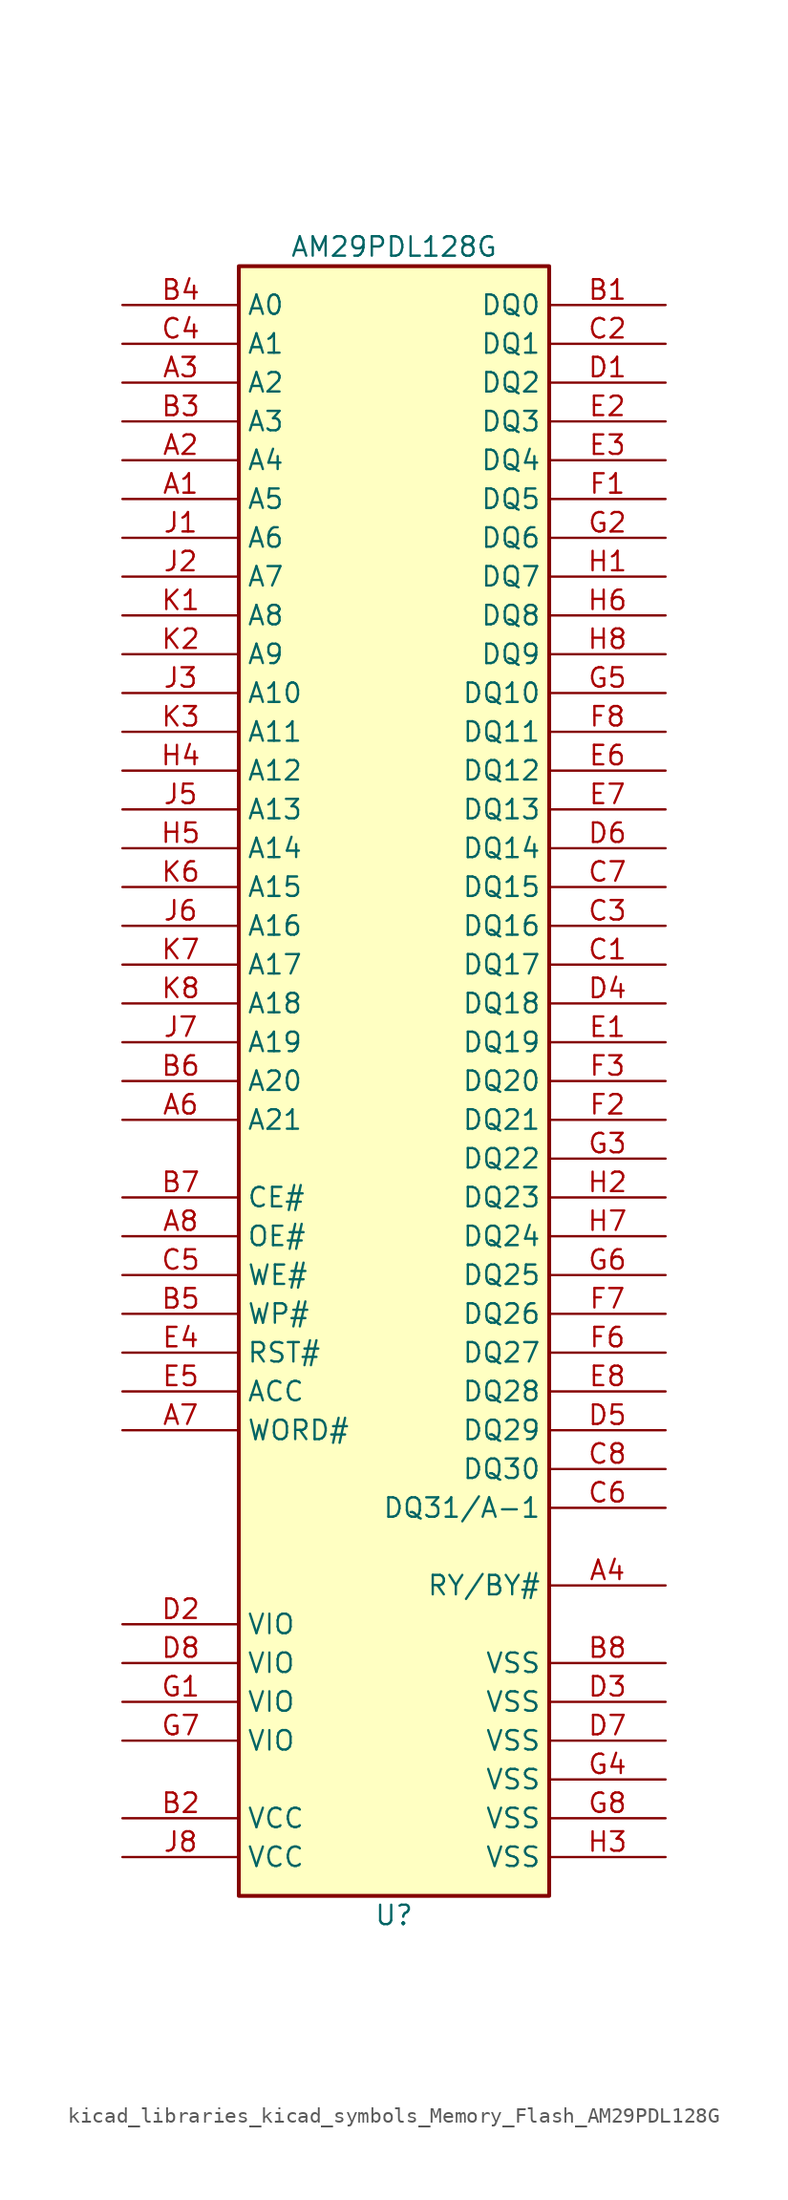
<source format=kicad_sym>
(kicad_symbol_lib
  (version 20220914)
  (generator kicad_symbol_editor)
  (symbol "kicad_libraries_kicad_symbols_Memory_Flash_AM29PDL128G"
    (property "Reference" "U"
      (at 0 -54.61 0)
      (effects (font (size 1.27 1.27))))
    (property "Value" "AM29PDL128G"
      (at 0 54.61 0)
      (effects (font (size 1.27 1.27))))
    (symbol "kicad_libraries_kicad_symbols_Memory_Flash_AM29PDL128G_0_1"
      (rectangle (start -10.16 53.34) (end 10.16 -53.34) (stroke (width 0.254) (type default)) (fill (type background))))
    (symbol "kicad_libraries_kicad_symbols_Memory_Flash_AM29PDL128G_1_1"
      (pin input line (at -17.78 38.1 0) (length 7.62) (name "A5" (effects (font (size 1.27 1.27)))) (number "A1" (effects (font (size 1.27 1.27)))))
      (pin input line (at -17.78 40.64 0) (length 7.62) (name "A4" (effects (font (size 1.27 1.27)))) (number "A2" (effects (font (size 1.27 1.27)))))
      (pin input line (at -17.78 45.72 0) (length 7.62) (name "A2" (effects (font (size 1.27 1.27)))) (number "A3" (effects (font (size 1.27 1.27)))))
      (pin output line (at 17.78 -33.02 180) (length 7.62) (name "RY/BY#" (effects (font (size 1.27 1.27)))) (number "A4" (effects (font (size 1.27 1.27)))))
      (pin input line (at -17.78 -2.54 0) (length 7.62) (name "A21" (effects (font (size 1.27 1.27)))) (number "A6" (effects (font (size 1.27 1.27)))))
      (pin input line (at -17.78 -22.86 0) (length 7.62) (name "WORD#" (effects (font (size 1.27 1.27)))) (number "A7" (effects (font (size 1.27 1.27)))))
      (pin input line (at -17.78 -10.16 0) (length 7.62) (name "OE#" (effects (font (size 1.27 1.27)))) (number "A8" (effects (font (size 1.27 1.27)))))
      (pin bidirectional line (at 17.78 50.8 180) (length 7.62) (name "DQ0" (effects (font (size 1.27 1.27)))) (number "B1" (effects (font (size 1.27 1.27)))))
      (pin power_in line (at -17.78 -48.26 0) (length 7.62) (name "VCC" (effects (font (size 1.27 1.27)))) (number "B2" (effects (font (size 1.27 1.27)))))
      (pin input line (at -17.78 43.18 0) (length 7.62) (name "A3" (effects (font (size 1.27 1.27)))) (number "B3" (effects (font (size 1.27 1.27)))))
      (pin input line (at -17.78 50.8 0) (length 7.62) (name "A0" (effects (font (size 1.27 1.27)))) (number "B4" (effects (font (size 1.27 1.27)))))
      (pin input line (at -17.78 -15.24 0) (length 7.62) (name "WP#" (effects (font (size 1.27 1.27)))) (number "B5" (effects (font (size 1.27 1.27)))))
      (pin input line (at -17.78 0 0) (length 7.62) (name "A20" (effects (font (size 1.27 1.27)))) (number "B6" (effects (font (size 1.27 1.27)))))
      (pin input line (at -17.78 -7.62 0) (length 7.62) (name "CE#" (effects (font (size 1.27 1.27)))) (number "B7" (effects (font (size 1.27 1.27)))))
      (pin power_in line (at 17.78 -38.1 180) (length 7.62) (name "VSS" (effects (font (size 1.27 1.27)))) (number "B8" (effects (font (size 1.27 1.27)))))
      (pin bidirectional line (at 17.78 7.62 180) (length 7.62) (name "DQ17" (effects (font (size 1.27 1.27)))) (number "C1" (effects (font (size 1.27 1.27)))))
      (pin bidirectional line (at 17.78 48.26 180) (length 7.62) (name "DQ1" (effects (font (size 1.27 1.27)))) (number "C2" (effects (font (size 1.27 1.27)))))
      (pin bidirectional line (at 17.78 10.16 180) (length 7.62) (name "DQ16" (effects (font (size 1.27 1.27)))) (number "C3" (effects (font (size 1.27 1.27)))))
      (pin input line (at -17.78 48.26 0) (length 7.62) (name "A1" (effects (font (size 1.27 1.27)))) (number "C4" (effects (font (size 1.27 1.27)))))
      (pin input line (at -17.78 -12.7 0) (length 7.62) (name "WE#" (effects (font (size 1.27 1.27)))) (number "C5" (effects (font (size 1.27 1.27)))))
      (pin bidirectional line (at 17.78 -27.94 180) (length 7.62) (name "DQ31/A-1" (effects (font (size 1.27 1.27)))) (number "C6" (effects (font (size 1.27 1.27)))))
      (pin bidirectional line (at 17.78 12.7 180) (length 7.62) (name "DQ15" (effects (font (size 1.27 1.27)))) (number "C7" (effects (font (size 1.27 1.27)))))
      (pin bidirectional line (at 17.78 -25.4 180) (length 7.62) (name "DQ30" (effects (font (size 1.27 1.27)))) (number "C8" (effects (font (size 1.27 1.27)))))
      (pin bidirectional line (at 17.78 45.72 180) (length 7.62) (name "DQ2" (effects (font (size 1.27 1.27)))) (number "D1" (effects (font (size 1.27 1.27)))))
      (pin input line (at -17.78 -35.56 0) (length 7.62) (name "VIO" (effects (font (size 1.27 1.27)))) (number "D2" (effects (font (size 1.27 1.27)))))
      (pin power_in line (at 17.78 -40.64 180) (length 7.62) (name "VSS" (effects (font (size 1.27 1.27)))) (number "D3" (effects (font (size 1.27 1.27)))))
      (pin bidirectional line (at 17.78 5.08 180) (length 7.62) (name "DQ18" (effects (font (size 1.27 1.27)))) (number "D4" (effects (font (size 1.27 1.27)))))
      (pin bidirectional line (at 17.78 -22.86 180) (length 7.62) (name "DQ29" (effects (font (size 1.27 1.27)))) (number "D5" (effects (font (size 1.27 1.27)))))
      (pin bidirectional line (at 17.78 15.24 180) (length 7.62) (name "DQ14" (effects (font (size 1.27 1.27)))) (number "D6" (effects (font (size 1.27 1.27)))))
      (pin power_in line (at 17.78 -43.18 180) (length 7.62) (name "VSS" (effects (font (size 1.27 1.27)))) (number "D7" (effects (font (size 1.27 1.27)))))
      (pin input line (at -17.78 -38.1 0) (length 7.62) (name "VIO" (effects (font (size 1.27 1.27)))) (number "D8" (effects (font (size 1.27 1.27)))))
      (pin bidirectional line (at 17.78 2.54 180) (length 7.62) (name "DQ19" (effects (font (size 1.27 1.27)))) (number "E1" (effects (font (size 1.27 1.27)))))
      (pin bidirectional line (at 17.78 43.18 180) (length 7.62) (name "DQ3" (effects (font (size 1.27 1.27)))) (number "E2" (effects (font (size 1.27 1.27)))))
      (pin bidirectional line (at 17.78 40.64 180) (length 7.62) (name "DQ4" (effects (font (size 1.27 1.27)))) (number "E3" (effects (font (size 1.27 1.27)))))
      (pin input line (at -17.78 -17.78 0) (length 7.62) (name "RST#" (effects (font (size 1.27 1.27)))) (number "E4" (effects (font (size 1.27 1.27)))))
      (pin input line (at -17.78 -20.32 0) (length 7.62) (name "ACC" (effects (font (size 1.27 1.27)))) (number "E5" (effects (font (size 1.27 1.27)))))
      (pin bidirectional line (at 17.78 20.32 180) (length 7.62) (name "DQ12" (effects (font (size 1.27 1.27)))) (number "E6" (effects (font (size 1.27 1.27)))))
      (pin bidirectional line (at 17.78 17.78 180) (length 7.62) (name "DQ13" (effects (font (size 1.27 1.27)))) (number "E7" (effects (font (size 1.27 1.27)))))
      (pin bidirectional line (at 17.78 -20.32 180) (length 7.62) (name "DQ28" (effects (font (size 1.27 1.27)))) (number "E8" (effects (font (size 1.27 1.27)))))
      (pin bidirectional line (at 17.78 38.1 180) (length 7.62) (name "DQ5" (effects (font (size 1.27 1.27)))) (number "F1" (effects (font (size 1.27 1.27)))))
      (pin bidirectional line (at 17.78 -2.54 180) (length 7.62) (name "DQ21" (effects (font (size 1.27 1.27)))) (number "F2" (effects (font (size 1.27 1.27)))))
      (pin bidirectional line (at 17.78 0 180) (length 7.62) (name "DQ20" (effects (font (size 1.27 1.27)))) (number "F3" (effects (font (size 1.27 1.27)))))
      (pin bidirectional line (at 17.78 -17.78 180) (length 7.62) (name "DQ27" (effects (font (size 1.27 1.27)))) (number "F6" (effects (font (size 1.27 1.27)))))
      (pin bidirectional line (at 17.78 -15.24 180) (length 7.62) (name "DQ26" (effects (font (size 1.27 1.27)))) (number "F7" (effects (font (size 1.27 1.27)))))
      (pin bidirectional line (at 17.78 22.86 180) (length 7.62) (name "DQ11" (effects (font (size 1.27 1.27)))) (number "F8" (effects (font (size 1.27 1.27)))))
      (pin input line (at -17.78 -40.64 0) (length 7.62) (name "VIO" (effects (font (size 1.27 1.27)))) (number "G1" (effects (font (size 1.27 1.27)))))
      (pin bidirectional line (at 17.78 35.56 180) (length 7.62) (name "DQ6" (effects (font (size 1.27 1.27)))) (number "G2" (effects (font (size 1.27 1.27)))))
      (pin bidirectional line (at 17.78 -5.08 180) (length 7.62) (name "DQ22" (effects (font (size 1.27 1.27)))) (number "G3" (effects (font (size 1.27 1.27)))))
      (pin passive line (at 17.78 -45.72 180) (length 7.62) (name "VSS" (effects (font (size 1.27 1.27)))) (number "G4" (effects (font (size 1.27 1.27)))))
      (pin bidirectional line (at 17.78 25.4 180) (length 7.62) (name "DQ10" (effects (font (size 1.27 1.27)))) (number "G5" (effects (font (size 1.27 1.27)))))
      (pin bidirectional line (at 17.78 -12.7 180) (length 7.62) (name "DQ25" (effects (font (size 1.27 1.27)))) (number "G6" (effects (font (size 1.27 1.27)))))
      (pin input line (at -17.78 -43.18 0) (length 7.62) (name "VIO" (effects (font (size 1.27 1.27)))) (number "G7" (effects (font (size 1.27 1.27)))))
      (pin power_in line (at 17.78 -48.26 180) (length 7.62) (name "VSS" (effects (font (size 1.27 1.27)))) (number "G8" (effects (font (size 1.27 1.27)))))
      (pin bidirectional line (at 17.78 33.02 180) (length 7.62) (name "DQ7" (effects (font (size 1.27 1.27)))) (number "H1" (effects (font (size 1.27 1.27)))))
      (pin bidirectional line (at 17.78 -7.62 180) (length 7.62) (name "DQ23" (effects (font (size 1.27 1.27)))) (number "H2" (effects (font (size 1.27 1.27)))))
      (pin power_in line (at 17.78 -50.8 180) (length 7.62) (name "VSS" (effects (font (size 1.27 1.27)))) (number "H3" (effects (font (size 1.27 1.27)))))
      (pin input line (at -17.78 20.32 0) (length 7.62) (name "A12" (effects (font (size 1.27 1.27)))) (number "H4" (effects (font (size 1.27 1.27)))))
      (pin input line (at -17.78 15.24 0) (length 7.62) (name "A14" (effects (font (size 1.27 1.27)))) (number "H5" (effects (font (size 1.27 1.27)))))
      (pin bidirectional line (at 17.78 30.48 180) (length 7.62) (name "DQ8" (effects (font (size 1.27 1.27)))) (number "H6" (effects (font (size 1.27 1.27)))))
      (pin bidirectional line (at 17.78 -10.16 180) (length 7.62) (name "DQ24" (effects (font (size 1.27 1.27)))) (number "H7" (effects (font (size 1.27 1.27)))))
      (pin bidirectional line (at 17.78 27.94 180) (length 7.62) (name "DQ9" (effects (font (size 1.27 1.27)))) (number "H8" (effects (font (size 1.27 1.27)))))
      (pin input line (at -17.78 35.56 0) (length 7.62) (name "A6" (effects (font (size 1.27 1.27)))) (number "J1" (effects (font (size 1.27 1.27)))))
      (pin input line (at -17.78 33.02 0) (length 7.62) (name "A7" (effects (font (size 1.27 1.27)))) (number "J2" (effects (font (size 1.27 1.27)))))
      (pin input line (at -17.78 25.4 0) (length 7.62) (name "A10" (effects (font (size 1.27 1.27)))) (number "J3" (effects (font (size 1.27 1.27)))))
      (pin input line (at -17.78 17.78 0) (length 7.62) (name "A13" (effects (font (size 1.27 1.27)))) (number "J5" (effects (font (size 1.27 1.27)))))
      (pin input line (at -17.78 10.16 0) (length 7.62) (name "A16" (effects (font (size 1.27 1.27)))) (number "J6" (effects (font (size 1.27 1.27)))))
      (pin input line (at -17.78 2.54 0) (length 7.62) (name "A19" (effects (font (size 1.27 1.27)))) (number "J7" (effects (font (size 1.27 1.27)))))
      (pin power_in line (at -17.78 -50.8 0) (length 7.62) (name "VCC" (effects (font (size 1.27 1.27)))) (number "J8" (effects (font (size 1.27 1.27)))))
      (pin input line (at -17.78 30.48 0) (length 7.62) (name "A8" (effects (font (size 1.27 1.27)))) (number "K1" (effects (font (size 1.27 1.27)))))
      (pin input line (at -17.78 27.94 0) (length 7.62) (name "A9" (effects (font (size 1.27 1.27)))) (number "K2" (effects (font (size 1.27 1.27)))))
      (pin input line (at -17.78 22.86 0) (length 7.62) (name "A11" (effects (font (size 1.27 1.27)))) (number "K3" (effects (font (size 1.27 1.27)))))
      (pin input line (at -17.78 12.7 0) (length 7.62) (name "A15" (effects (font (size 1.27 1.27)))) (number "K6" (effects (font (size 1.27 1.27)))))
      (pin input line (at -17.78 7.62 0) (length 7.62) (name "A17" (effects (font (size 1.27 1.27)))) (number "K7" (effects (font (size 1.27 1.27)))))
      (pin input line (at -17.78 5.08 0) (length 7.62) (name "A18" (effects (font (size 1.27 1.27)))) (number "K8" (effects (font (size 1.27 1.27))))))))
</source>
